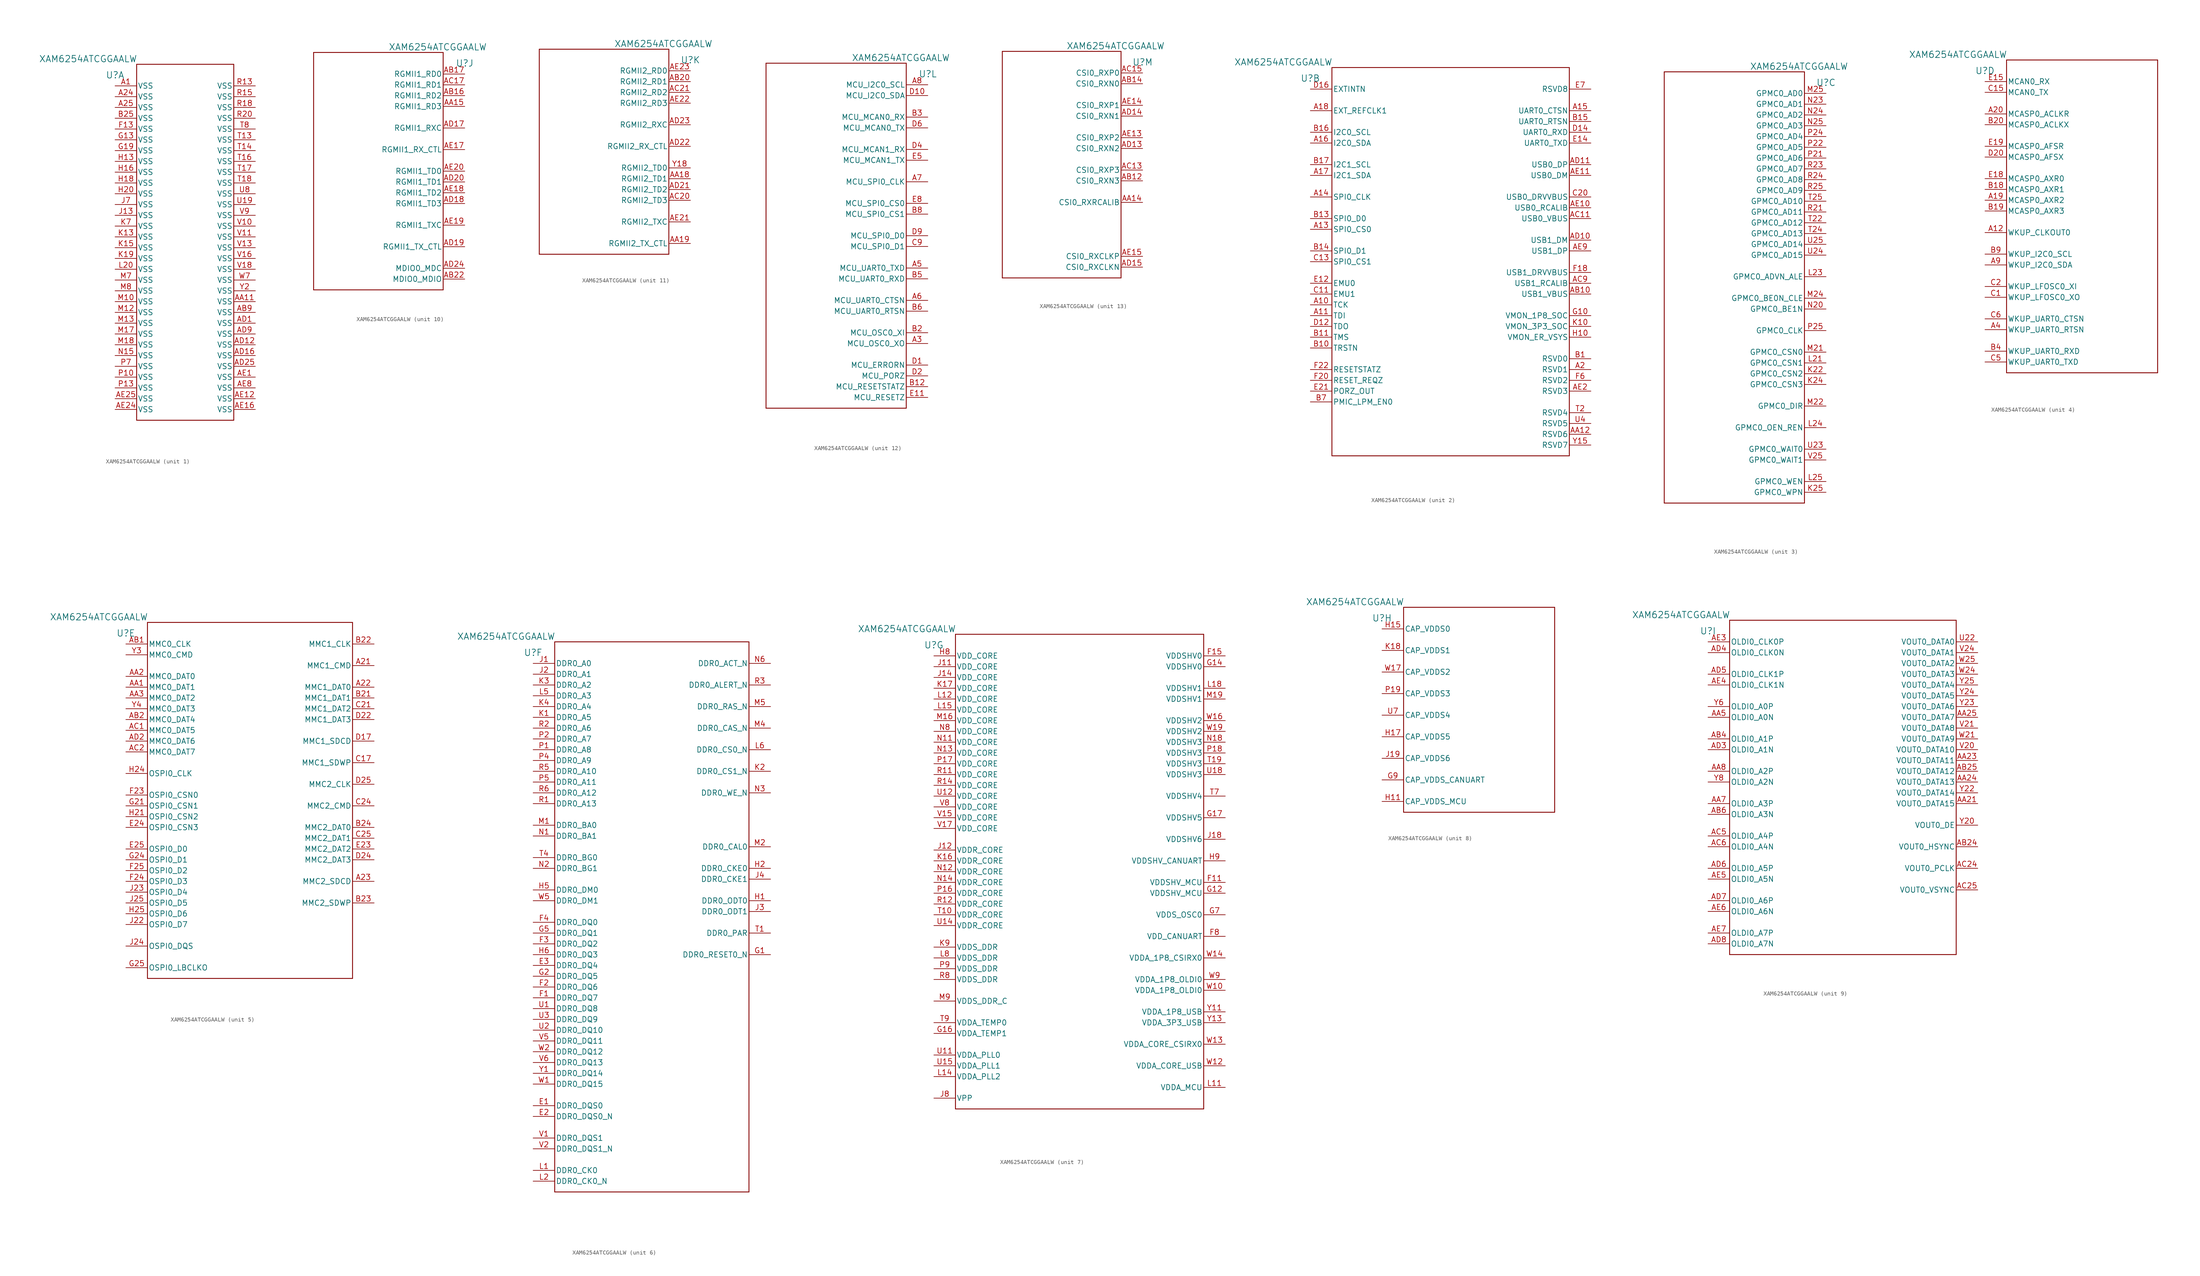
<source format=kicad_sym>
(kicad_symbol_lib
  (version 20220914)
  (generator kicad_symbol_editor)
  (symbol "XAM6254ATCGGAALW"
    (pin_names
      (offset 0.254))
    (property "Reference" "U"
      (at 0 2.54 0)
      (effects (font (size 1.524 1.524))))
    (property "Value" "XAM6254ATCGGAALW"
      (at -6.35 6.35 0)
      (effects (font (size 1.524 1.524))))
    (property "ki_locked" ""
      (at 0 0 0)
      (effects (font (size 1.27 1.27))))
    (symbol "XAM6254ATCGGAALW_1_1"
      (polyline (pts (xy 5.08 -78.74) (xy 27.94 -78.74)) (stroke (width 0.203) (type default)) (fill (type none)))
      (polyline (pts (xy 5.08 5.08) (xy 5.08 -78.74)) (stroke (width 0.203) (type default)) (fill (type none)))
      (polyline (pts (xy 27.94 -78.74) (xy 27.94 5.08)) (stroke (width 0.203) (type default)) (fill (type none)))
      (polyline (pts (xy 27.94 5.08) (xy 5.08 5.08)) (stroke (width 0.203) (type default)) (fill (type none)))
      (pin power_in line (at 0 0 0) (length 5.08) (name "VSS" (effects (font (size 1.27 1.27)))) (number "A1" (effects (font (size 1.27 1.27)))))
      (pin power_in line (at 0 -2.54 0) (length 5.08) (name "VSS" (effects (font (size 1.27 1.27)))) (number "A24" (effects (font (size 1.27 1.27)))))
      (pin power_in line (at 0 -5.08 0) (length 5.08) (name "VSS" (effects (font (size 1.27 1.27)))) (number "A25" (effects (font (size 1.27 1.27)))))
      (pin power_in line (at 33.02 -50.8 180) (length 5.08) (name "VSS" (effects (font (size 1.27 1.27)))) (number "AA11" (effects (font (size 1.27 1.27)))))
      (pin power_in line (at 33.02 -53.34 180) (length 5.08) (name "VSS" (effects (font (size 1.27 1.27)))) (number "AB9" (effects (font (size 1.27 1.27)))))
      (pin power_in line (at 33.02 -55.88 180) (length 5.08) (name "VSS" (effects (font (size 1.27 1.27)))) (number "AD1" (effects (font (size 1.27 1.27)))))
      (pin power_in line (at 33.02 -60.96 180) (length 5.08) (name "VSS" (effects (font (size 1.27 1.27)))) (number "AD12" (effects (font (size 1.27 1.27)))))
      (pin power_in line (at 33.02 -63.5 180) (length 5.08) (name "VSS" (effects (font (size 1.27 1.27)))) (number "AD16" (effects (font (size 1.27 1.27)))))
      (pin power_in line (at 33.02 -66.04 180) (length 5.08) (name "VSS" (effects (font (size 1.27 1.27)))) (number "AD25" (effects (font (size 1.27 1.27)))))
      (pin power_in line (at 33.02 -58.42 180) (length 5.08) (name "VSS" (effects (font (size 1.27 1.27)))) (number "AD9" (effects (font (size 1.27 1.27)))))
      (pin power_in line (at 33.02 -68.58 180) (length 5.08) (name "VSS" (effects (font (size 1.27 1.27)))) (number "AE1" (effects (font (size 1.27 1.27)))))
      (pin power_in line (at 33.02 -73.66 180) (length 5.08) (name "VSS" (effects (font (size 1.27 1.27)))) (number "AE12" (effects (font (size 1.27 1.27)))))
      (pin power_in line (at 33.02 -76.2 180) (length 5.08) (name "VSS" (effects (font (size 1.27 1.27)))) (number "AE16" (effects (font (size 1.27 1.27)))))
      (pin power_in line (at 0 -76.2 0) (length 5.08) (name "VSS" (effects (font (size 1.27 1.27)))) (number "AE24" (effects (font (size 1.27 1.27)))))
      (pin power_in line (at 0 -73.66 0) (length 5.08) (name "VSS" (effects (font (size 1.27 1.27)))) (number "AE25" (effects (font (size 1.27 1.27)))))
      (pin power_in line (at 33.02 -71.12 180) (length 5.08) (name "VSS" (effects (font (size 1.27 1.27)))) (number "AE8" (effects (font (size 1.27 1.27)))))
      (pin power_in line (at 0 -7.62 0) (length 5.08) (name "VSS" (effects (font (size 1.27 1.27)))) (number "B25" (effects (font (size 1.27 1.27)))))
      (pin power_in line (at 0 -10.16 0) (length 5.08) (name "VSS" (effects (font (size 1.27 1.27)))) (number "F13" (effects (font (size 1.27 1.27)))))
      (pin power_in line (at 0 -12.7 0) (length 5.08) (name "VSS" (effects (font (size 1.27 1.27)))) (number "G13" (effects (font (size 1.27 1.27)))))
      (pin power_in line (at 0 -15.24 0) (length 5.08) (name "VSS" (effects (font (size 1.27 1.27)))) (number "G19" (effects (font (size 1.27 1.27)))))
      (pin power_in line (at 0 -17.78 0) (length 5.08) (name "VSS" (effects (font (size 1.27 1.27)))) (number "H13" (effects (font (size 1.27 1.27)))))
      (pin power_in line (at 0 -20.32 0) (length 5.08) (name "VSS" (effects (font (size 1.27 1.27)))) (number "H16" (effects (font (size 1.27 1.27)))))
      (pin power_in line (at 0 -22.86 0) (length 5.08) (name "VSS" (effects (font (size 1.27 1.27)))) (number "H18" (effects (font (size 1.27 1.27)))))
      (pin power_in line (at 0 -25.4 0) (length 5.08) (name "VSS" (effects (font (size 1.27 1.27)))) (number "H20" (effects (font (size 1.27 1.27)))))
      (pin power_in line (at 0 -30.48 0) (length 5.08) (name "VSS" (effects (font (size 1.27 1.27)))) (number "J13" (effects (font (size 1.27 1.27)))))
      (pin power_in line (at 0 -27.94 0) (length 5.08) (name "VSS" (effects (font (size 1.27 1.27)))) (number "J7" (effects (font (size 1.27 1.27)))))
      (pin power_in line (at 0 -35.56 0) (length 5.08) (name "VSS" (effects (font (size 1.27 1.27)))) (number "K13" (effects (font (size 1.27 1.27)))))
      (pin power_in line (at 0 -38.1 0) (length 5.08) (name "VSS" (effects (font (size 1.27 1.27)))) (number "K15" (effects (font (size 1.27 1.27)))))
      (pin power_in line (at 0 -40.64 0) (length 5.08) (name "VSS" (effects (font (size 1.27 1.27)))) (number "K19" (effects (font (size 1.27 1.27)))))
      (pin power_in line (at 0 -33.02 0) (length 5.08) (name "VSS" (effects (font (size 1.27 1.27)))) (number "K7" (effects (font (size 1.27 1.27)))))
      (pin power_in line (at 0 -43.18 0) (length 5.08) (name "VSS" (effects (font (size 1.27 1.27)))) (number "L20" (effects (font (size 1.27 1.27)))))
      (pin power_in line (at 0 -50.8 0) (length 5.08) (name "VSS" (effects (font (size 1.27 1.27)))) (number "M10" (effects (font (size 1.27 1.27)))))
      (pin power_in line (at 0 -53.34 0) (length 5.08) (name "VSS" (effects (font (size 1.27 1.27)))) (number "M12" (effects (font (size 1.27 1.27)))))
      (pin power_in line (at 0 -55.88 0) (length 5.08) (name "VSS" (effects (font (size 1.27 1.27)))) (number "M13" (effects (font (size 1.27 1.27)))))
      (pin power_in line (at 0 -58.42 0) (length 5.08) (name "VSS" (effects (font (size 1.27 1.27)))) (number "M17" (effects (font (size 1.27 1.27)))))
      (pin power_in line (at 0 -60.96 0) (length 5.08) (name "VSS" (effects (font (size 1.27 1.27)))) (number "M18" (effects (font (size 1.27 1.27)))))
      (pin power_in line (at 0 -45.72 0) (length 5.08) (name "VSS" (effects (font (size 1.27 1.27)))) (number "M7" (effects (font (size 1.27 1.27)))))
      (pin power_in line (at 0 -48.26 0) (length 5.08) (name "VSS" (effects (font (size 1.27 1.27)))) (number "M8" (effects (font (size 1.27 1.27)))))
      (pin power_in line (at 0 -63.5 0) (length 5.08) (name "VSS" (effects (font (size 1.27 1.27)))) (number "N15" (effects (font (size 1.27 1.27)))))
      (pin power_in line (at 0 -68.58 0) (length 5.08) (name "VSS" (effects (font (size 1.27 1.27)))) (number "P10" (effects (font (size 1.27 1.27)))))
      (pin power_in line (at 0 -71.12 0) (length 5.08) (name "VSS" (effects (font (size 1.27 1.27)))) (number "P13" (effects (font (size 1.27 1.27)))))
      (pin power_in line (at 0 -66.04 0) (length 5.08) (name "VSS" (effects (font (size 1.27 1.27)))) (number "P7" (effects (font (size 1.27 1.27)))))
      (pin power_in line (at 33.02 0 180) (length 5.08) (name "VSS" (effects (font (size 1.27 1.27)))) (number "R13" (effects (font (size 1.27 1.27)))))
      (pin power_in line (at 33.02 -2.54 180) (length 5.08) (name "VSS" (effects (font (size 1.27 1.27)))) (number "R15" (effects (font (size 1.27 1.27)))))
      (pin power_in line (at 33.02 -5.08 180) (length 5.08) (name "VSS" (effects (font (size 1.27 1.27)))) (number "R18" (effects (font (size 1.27 1.27)))))
      (pin power_in line (at 33.02 -7.62 180) (length 5.08) (name "VSS" (effects (font (size 1.27 1.27)))) (number "R20" (effects (font (size 1.27 1.27)))))
      (pin power_in line (at 33.02 -12.7 180) (length 5.08) (name "VSS" (effects (font (size 1.27 1.27)))) (number "T13" (effects (font (size 1.27 1.27)))))
      (pin power_in line (at 33.02 -15.24 180) (length 5.08) (name "VSS" (effects (font (size 1.27 1.27)))) (number "T14" (effects (font (size 1.27 1.27)))))
      (pin power_in line (at 33.02 -17.78 180) (length 5.08) (name "VSS" (effects (font (size 1.27 1.27)))) (number "T16" (effects (font (size 1.27 1.27)))))
      (pin power_in line (at 33.02 -20.32 180) (length 5.08) (name "VSS" (effects (font (size 1.27 1.27)))) (number "T17" (effects (font (size 1.27 1.27)))))
      (pin power_in line (at 33.02 -22.86 180) (length 5.08) (name "VSS" (effects (font (size 1.27 1.27)))) (number "T18" (effects (font (size 1.27 1.27)))))
      (pin power_in line (at 33.02 -10.16 180) (length 5.08) (name "VSS" (effects (font (size 1.27 1.27)))) (number "T8" (effects (font (size 1.27 1.27)))))
      (pin power_in line (at 33.02 -27.94 180) (length 5.08) (name "VSS" (effects (font (size 1.27 1.27)))) (number "U19" (effects (font (size 1.27 1.27)))))
      (pin power_in line (at 33.02 -25.4 180) (length 5.08) (name "VSS" (effects (font (size 1.27 1.27)))) (number "U8" (effects (font (size 1.27 1.27)))))
      (pin power_in line (at 33.02 -33.02 180) (length 5.08) (name "VSS" (effects (font (size 1.27 1.27)))) (number "V10" (effects (font (size 1.27 1.27)))))
      (pin power_in line (at 33.02 -35.56 180) (length 5.08) (name "VSS" (effects (font (size 1.27 1.27)))) (number "V11" (effects (font (size 1.27 1.27)))))
      (pin power_in line (at 33.02 -38.1 180) (length 5.08) (name "VSS" (effects (font (size 1.27 1.27)))) (number "V13" (effects (font (size 1.27 1.27)))))
      (pin power_in line (at 33.02 -40.64 180) (length 5.08) (name "VSS" (effects (font (size 1.27 1.27)))) (number "V16" (effects (font (size 1.27 1.27)))))
      (pin power_in line (at 33.02 -43.18 180) (length 5.08) (name "VSS" (effects (font (size 1.27 1.27)))) (number "V18" (effects (font (size 1.27 1.27)))))
      (pin power_in line (at 33.02 -30.48 180) (length 5.08) (name "VSS" (effects (font (size 1.27 1.27)))) (number "V9" (effects (font (size 1.27 1.27)))))
      (pin power_in line (at 33.02 -45.72 180) (length 5.08) (name "VSS" (effects (font (size 1.27 1.27)))) (number "W7" (effects (font (size 1.27 1.27)))))
      (pin power_in line (at 33.02 -48.26 180) (length 5.08) (name "VSS" (effects (font (size 1.27 1.27)))) (number "Y2" (effects (font (size 1.27 1.27))))))
    (symbol "XAM6254ATCGGAALW_2_1"
      (polyline (pts (xy 5.08 -86.36) (xy 60.96 -86.36)) (stroke (width 0.203) (type default)) (fill (type none)))
      (polyline (pts (xy 5.08 5.08) (xy 5.08 -86.36)) (stroke (width 0.203) (type default)) (fill (type none)))
      (polyline (pts (xy 60.96 -86.36) (xy 60.96 5.08)) (stroke (width 0.203) (type default)) (fill (type none)))
      (polyline (pts (xy 60.96 5.08) (xy 5.08 5.08)) (stroke (width 0.203) (type default)) (fill (type none)))
      (pin input line (at 0 -50.8 0) (length 5.08) (name "TCK" (effects (font (size 1.27 1.27)))) (number "A10" (effects (font (size 1.27 1.27)))))
      (pin input line (at 0 -53.34 0) (length 5.08) (name "TDI" (effects (font (size 1.27 1.27)))) (number "A11" (effects (font (size 1.27 1.27)))))
      (pin bidirectional line (at 0 -33.02 0) (length 5.08) (name "SPI0_CS0" (effects (font (size 1.27 1.27)))) (number "A13" (effects (font (size 1.27 1.27)))))
      (pin bidirectional line (at 0 -25.4 0) (length 5.08) (name "SPI0_CLK" (effects (font (size 1.27 1.27)))) (number "A14" (effects (font (size 1.27 1.27)))))
      (pin input line (at 66.04 -5.08 180) (length 5.08) (name "UART0_CTSN" (effects (font (size 1.27 1.27)))) (number "A15" (effects (font (size 1.27 1.27)))))
      (pin bidirectional line (at 0 -12.7 0) (length 5.08) (name "I2C0_SDA" (effects (font (size 1.27 1.27)))) (number "A16" (effects (font (size 1.27 1.27)))))
      (pin bidirectional line (at 0 -20.32 0) (length 5.08) (name "I2C1_SDA" (effects (font (size 1.27 1.27)))) (number "A17" (effects (font (size 1.27 1.27)))))
      (pin input line (at 0 -5.08 0) (length 5.08) (name "EXT_REFCLK1" (effects (font (size 1.27 1.27)))) (number "A18" (effects (font (size 1.27 1.27)))))
      (pin unspecified line (at 66.04 -66.04 180) (length 5.08) (name "RSVD1" (effects (font (size 1.27 1.27)))) (number "A2" (effects (font (size 1.27 1.27)))))
      (pin unspecified line (at 66.04 -81.28 180) (length 5.08) (name "RSVD6" (effects (font (size 1.27 1.27)))) (number "AA12" (effects (font (size 1.27 1.27)))))
      (pin unspecified line (at 66.04 -48.26 180) (length 5.08) (name "USB1_VBUS" (effects (font (size 1.27 1.27)))) (number "AB10" (effects (font (size 1.27 1.27)))))
      (pin unspecified line (at 66.04 -30.48 180) (length 5.08) (name "USB0_VBUS" (effects (font (size 1.27 1.27)))) (number "AC11" (effects (font (size 1.27 1.27)))))
      (pin bidirectional line (at 66.04 -45.72 180) (length 5.08) (name "USB1_RCALIB" (effects (font (size 1.27 1.27)))) (number "AC9" (effects (font (size 1.27 1.27)))))
      (pin bidirectional line (at 66.04 -35.56 180) (length 5.08) (name "USB1_DM" (effects (font (size 1.27 1.27)))) (number "AD10" (effects (font (size 1.27 1.27)))))
      (pin bidirectional line (at 66.04 -17.78 180) (length 5.08) (name "USB0_DP" (effects (font (size 1.27 1.27)))) (number "AD11" (effects (font (size 1.27 1.27)))))
      (pin bidirectional line (at 66.04 -27.94 180) (length 5.08) (name "USB0_RCALIB" (effects (font (size 1.27 1.27)))) (number "AE10" (effects (font (size 1.27 1.27)))))
      (pin bidirectional line (at 66.04 -20.32 180) (length 5.08) (name "USB0_DM" (effects (font (size 1.27 1.27)))) (number "AE11" (effects (font (size 1.27 1.27)))))
      (pin unspecified line (at 66.04 -71.12 180) (length 5.08) (name "RSVD3" (effects (font (size 1.27 1.27)))) (number "AE2" (effects (font (size 1.27 1.27)))))
      (pin bidirectional line (at 66.04 -38.1 180) (length 5.08) (name "USB1_DP" (effects (font (size 1.27 1.27)))) (number "AE9" (effects (font (size 1.27 1.27)))))
      (pin unspecified line (at 66.04 -63.5 180) (length 5.08) (name "RSVD0" (effects (font (size 1.27 1.27)))) (number "B1" (effects (font (size 1.27 1.27)))))
      (pin input line (at 0 -60.96 0) (length 5.08) (name "TRSTN" (effects (font (size 1.27 1.27)))) (number "B10" (effects (font (size 1.27 1.27)))))
      (pin input line (at 0 -58.42 0) (length 5.08) (name "TMS" (effects (font (size 1.27 1.27)))) (number "B11" (effects (font (size 1.27 1.27)))))
      (pin bidirectional line (at 0 -30.48 0) (length 5.08) (name "SPI0_D0" (effects (font (size 1.27 1.27)))) (number "B13" (effects (font (size 1.27 1.27)))))
      (pin bidirectional line (at 0 -38.1 0) (length 5.08) (name "SPI0_D1" (effects (font (size 1.27 1.27)))) (number "B14" (effects (font (size 1.27 1.27)))))
      (pin output line (at 66.04 -7.62 180) (length 5.08) (name "UART0_RTSN" (effects (font (size 1.27 1.27)))) (number "B15" (effects (font (size 1.27 1.27)))))
      (pin bidirectional line (at 0 -10.16 0) (length 5.08) (name "I2C0_SCL" (effects (font (size 1.27 1.27)))) (number "B16" (effects (font (size 1.27 1.27)))))
      (pin bidirectional line (at 0 -17.78 0) (length 5.08) (name "I2C1_SCL" (effects (font (size 1.27 1.27)))) (number "B17" (effects (font (size 1.27 1.27)))))
      (pin bidirectional line (at 0 -73.66 0) (length 5.08) (name "PMIC_LPM_EN0" (effects (font (size 1.27 1.27)))) (number "B7" (effects (font (size 1.27 1.27)))))
      (pin bidirectional line (at 0 -48.26 0) (length 5.08) (name "EMU1" (effects (font (size 1.27 1.27)))) (number "C11" (effects (font (size 1.27 1.27)))))
      (pin bidirectional line (at 0 -40.64 0) (length 5.08) (name "SPI0_CS1" (effects (font (size 1.27 1.27)))) (number "C13" (effects (font (size 1.27 1.27)))))
      (pin output line (at 66.04 -25.4 180) (length 5.08) (name "USB0_DRVVBUS" (effects (font (size 1.27 1.27)))) (number "C20" (effects (font (size 1.27 1.27)))))
      (pin output line (at 0 -55.88 0) (length 5.08) (name "TDO" (effects (font (size 1.27 1.27)))) (number "D12" (effects (font (size 1.27 1.27)))))
      (pin input line (at 66.04 -10.16 180) (length 5.08) (name "UART0_RXD" (effects (font (size 1.27 1.27)))) (number "D14" (effects (font (size 1.27 1.27)))))
      (pin input line (at 0 0 0) (length 5.08) (name "EXTINTN" (effects (font (size 1.27 1.27)))) (number "D16" (effects (font (size 1.27 1.27)))))
      (pin bidirectional line (at 0 -45.72 0) (length 5.08) (name "EMU0" (effects (font (size 1.27 1.27)))) (number "E12" (effects (font (size 1.27 1.27)))))
      (pin output line (at 66.04 -12.7 180) (length 5.08) (name "UART0_TXD" (effects (font (size 1.27 1.27)))) (number "E14" (effects (font (size 1.27 1.27)))))
      (pin output line (at 0 -71.12 0) (length 5.08) (name "PORZ_OUT" (effects (font (size 1.27 1.27)))) (number "E21" (effects (font (size 1.27 1.27)))))
      (pin unspecified line (at 66.04 0 180) (length 5.08) (name "RSVD8" (effects (font (size 1.27 1.27)))) (number "E7" (effects (font (size 1.27 1.27)))))
      (pin output line (at 66.04 -43.18 180) (length 5.08) (name "USB1_DRVVBUS" (effects (font (size 1.27 1.27)))) (number "F18" (effects (font (size 1.27 1.27)))))
      (pin input line (at 0 -68.58 0) (length 5.08) (name "RESET_REQZ" (effects (font (size 1.27 1.27)))) (number "F20" (effects (font (size 1.27 1.27)))))
      (pin output line (at 0 -66.04 0) (length 5.08) (name "RESETSTATZ" (effects (font (size 1.27 1.27)))) (number "F22" (effects (font (size 1.27 1.27)))))
      (pin unspecified line (at 66.04 -68.58 180) (length 5.08) (name "RSVD2" (effects (font (size 1.27 1.27)))) (number "F6" (effects (font (size 1.27 1.27)))))
      (pin unspecified line (at 66.04 -53.34 180) (length 5.08) (name "VMON_1P8_SOC" (effects (font (size 1.27 1.27)))) (number "G10" (effects (font (size 1.27 1.27)))))
      (pin unspecified line (at 66.04 -58.42 180) (length 5.08) (name "VMON_ER_VSYS" (effects (font (size 1.27 1.27)))) (number "H10" (effects (font (size 1.27 1.27)))))
      (pin power_in line (at 66.04 -55.88 180) (length 5.08) (name "VMON_3P3_SOC" (effects (font (size 1.27 1.27)))) (number "K10" (effects (font (size 1.27 1.27)))))
      (pin unspecified line (at 66.04 -76.2 180) (length 5.08) (name "RSVD4" (effects (font (size 1.27 1.27)))) (number "T2" (effects (font (size 1.27 1.27)))))
      (pin unspecified line (at 66.04 -78.74 180) (length 5.08) (name "RSVD5" (effects (font (size 1.27 1.27)))) (number "U4" (effects (font (size 1.27 1.27)))))
      (pin unspecified line (at 66.04 -83.82 180) (length 5.08) (name "RSVD7" (effects (font (size 1.27 1.27)))) (number "Y15" (effects (font (size 1.27 1.27))))))
    (symbol "XAM6254ATCGGAALW_3_1"
      (polyline (pts (xy -38.1 -96.52) (xy -5.08 -96.52)) (stroke (width 0.203) (type default)) (fill (type none)))
      (polyline (pts (xy -38.1 5.08) (xy -38.1 -96.52)) (stroke (width 0.203) (type default)) (fill (type none)))
      (polyline (pts (xy -5.08 -96.52) (xy -5.08 5.08)) (stroke (width 0.203) (type default)) (fill (type none)))
      (polyline (pts (xy -5.08 5.08) (xy -38.1 5.08)) (stroke (width 0.203) (type default)) (fill (type none)))
      (pin output line (at 0 -66.04 180) (length 5.08) (name "GPMC0_CSN2" (effects (font (size 1.27 1.27)))) (number "K22" (effects (font (size 1.27 1.27)))))
      (pin output line (at 0 -68.58 180) (length 5.08) (name "GPMC0_CSN3" (effects (font (size 1.27 1.27)))) (number "K24" (effects (font (size 1.27 1.27)))))
      (pin output line (at 0 -93.98 180) (length 5.08) (name "GPMC0_WPN" (effects (font (size 1.27 1.27)))) (number "K25" (effects (font (size 1.27 1.27)))))
      (pin output line (at 0 -63.5 180) (length 5.08) (name "GPMC0_CSN1" (effects (font (size 1.27 1.27)))) (number "L21" (effects (font (size 1.27 1.27)))))
      (pin output line (at 0 -43.18 180) (length 5.08) (name "GPMC0_ADVN_ALE" (effects (font (size 1.27 1.27)))) (number "L23" (effects (font (size 1.27 1.27)))))
      (pin output line (at 0 -78.74 180) (length 5.08) (name "GPMC0_OEN_REN" (effects (font (size 1.27 1.27)))) (number "L24" (effects (font (size 1.27 1.27)))))
      (pin output line (at 0 -91.44 180) (length 5.08) (name "GPMC0_WEN" (effects (font (size 1.27 1.27)))) (number "L25" (effects (font (size 1.27 1.27)))))
      (pin output line (at 0 -60.96 180) (length 5.08) (name "GPMC0_CSN0" (effects (font (size 1.27 1.27)))) (number "M21" (effects (font (size 1.27 1.27)))))
      (pin output line (at 0 -73.66 180) (length 5.08) (name "GPMC0_DIR" (effects (font (size 1.27 1.27)))) (number "M22" (effects (font (size 1.27 1.27)))))
      (pin output line (at 0 -48.26 180) (length 5.08) (name "GPMC0_BE0N_CLE" (effects (font (size 1.27 1.27)))) (number "M24" (effects (font (size 1.27 1.27)))))
      (pin bidirectional line (at 0 0 180) (length 5.08) (name "GPMC0_AD0" (effects (font (size 1.27 1.27)))) (number "M25" (effects (font (size 1.27 1.27)))))
      (pin output line (at 0 -50.8 180) (length 5.08) (name "GPMC0_BE1N" (effects (font (size 1.27 1.27)))) (number "N20" (effects (font (size 1.27 1.27)))))
      (pin bidirectional line (at 0 -2.54 180) (length 5.08) (name "GPMC0_AD1" (effects (font (size 1.27 1.27)))) (number "N23" (effects (font (size 1.27 1.27)))))
      (pin bidirectional line (at 0 -5.08 180) (length 5.08) (name "GPMC0_AD2" (effects (font (size 1.27 1.27)))) (number "N24" (effects (font (size 1.27 1.27)))))
      (pin bidirectional line (at 0 -7.62 180) (length 5.08) (name "GPMC0_AD3" (effects (font (size 1.27 1.27)))) (number "N25" (effects (font (size 1.27 1.27)))))
      (pin bidirectional line (at 0 -15.24 180) (length 5.08) (name "GPMC0_AD6" (effects (font (size 1.27 1.27)))) (number "P21" (effects (font (size 1.27 1.27)))))
      (pin bidirectional line (at 0 -12.7 180) (length 5.08) (name "GPMC0_AD5" (effects (font (size 1.27 1.27)))) (number "P22" (effects (font (size 1.27 1.27)))))
      (pin bidirectional line (at 0 -10.16 180) (length 5.08) (name "GPMC0_AD4" (effects (font (size 1.27 1.27)))) (number "P24" (effects (font (size 1.27 1.27)))))
      (pin output line (at 0 -55.88 180) (length 5.08) (name "GPMC0_CLK" (effects (font (size 1.27 1.27)))) (number "P25" (effects (font (size 1.27 1.27)))))
      (pin bidirectional line (at 0 -27.94 180) (length 5.08) (name "GPMC0_AD11" (effects (font (size 1.27 1.27)))) (number "R21" (effects (font (size 1.27 1.27)))))
      (pin bidirectional line (at 0 -17.78 180) (length 5.08) (name "GPMC0_AD7" (effects (font (size 1.27 1.27)))) (number "R23" (effects (font (size 1.27 1.27)))))
      (pin bidirectional line (at 0 -20.32 180) (length 5.08) (name "GPMC0_AD8" (effects (font (size 1.27 1.27)))) (number "R24" (effects (font (size 1.27 1.27)))))
      (pin bidirectional line (at 0 -22.86 180) (length 5.08) (name "GPMC0_AD9" (effects (font (size 1.27 1.27)))) (number "R25" (effects (font (size 1.27 1.27)))))
      (pin bidirectional line (at 0 -30.48 180) (length 5.08) (name "GPMC0_AD12" (effects (font (size 1.27 1.27)))) (number "T22" (effects (font (size 1.27 1.27)))))
      (pin bidirectional line (at 0 -33.02 180) (length 5.08) (name "GPMC0_AD13" (effects (font (size 1.27 1.27)))) (number "T24" (effects (font (size 1.27 1.27)))))
      (pin bidirectional line (at 0 -25.4 180) (length 5.08) (name "GPMC0_AD10" (effects (font (size 1.27 1.27)))) (number "T25" (effects (font (size 1.27 1.27)))))
      (pin input line (at 0 -83.82 180) (length 5.08) (name "GPMC0_WAIT0" (effects (font (size 1.27 1.27)))) (number "U23" (effects (font (size 1.27 1.27)))))
      (pin bidirectional line (at 0 -38.1 180) (length 5.08) (name "GPMC0_AD15" (effects (font (size 1.27 1.27)))) (number "U24" (effects (font (size 1.27 1.27)))))
      (pin bidirectional line (at 0 -35.56 180) (length 5.08) (name "GPMC0_AD14" (effects (font (size 1.27 1.27)))) (number "U25" (effects (font (size 1.27 1.27)))))
      (pin input line (at 0 -86.36 180) (length 5.08) (name "GPMC0_WAIT1" (effects (font (size 1.27 1.27)))) (number "V25" (effects (font (size 1.27 1.27))))))
    (symbol "XAM6254ATCGGAALW_4_1"
      (polyline (pts (xy 5.08 -68.58) (xy 40.64 -68.58)) (stroke (width 0.203) (type default)) (fill (type none)))
      (polyline (pts (xy 5.08 5.08) (xy 5.08 -68.58)) (stroke (width 0.203) (type default)) (fill (type none)))
      (polyline (pts (xy 40.64 -68.58) (xy 40.64 5.08)) (stroke (width 0.203) (type default)) (fill (type none)))
      (polyline (pts (xy 40.64 5.08) (xy 5.08 5.08)) (stroke (width 0.203) (type default)) (fill (type none)))
      (pin output line (at 0 -35.56 0) (length 5.08) (name "WKUP_CLKOUT0" (effects (font (size 1.27 1.27)))) (number "A12" (effects (font (size 1.27 1.27)))))
      (pin bidirectional line (at 0 -27.94 0) (length 5.08) (name "MCASP0_AXR2" (effects (font (size 1.27 1.27)))) (number "A19" (effects (font (size 1.27 1.27)))))
      (pin bidirectional line (at 0 -7.62 0) (length 5.08) (name "MCASP0_ACLKR" (effects (font (size 1.27 1.27)))) (number "A20" (effects (font (size 1.27 1.27)))))
      (pin output line (at 0 -58.42 0) (length 5.08) (name "WKUP_UART0_RTSN" (effects (font (size 1.27 1.27)))) (number "A4" (effects (font (size 1.27 1.27)))))
      (pin bidirectional line (at 0 -43.18 0) (length 5.08) (name "WKUP_I2C0_SDA" (effects (font (size 1.27 1.27)))) (number "A9" (effects (font (size 1.27 1.27)))))
      (pin bidirectional line (at 0 -25.4 0) (length 5.08) (name "MCASP0_AXR1" (effects (font (size 1.27 1.27)))) (number "B18" (effects (font (size 1.27 1.27)))))
      (pin bidirectional line (at 0 -30.48 0) (length 5.08) (name "MCASP0_AXR3" (effects (font (size 1.27 1.27)))) (number "B19" (effects (font (size 1.27 1.27)))))
      (pin bidirectional line (at 0 -10.16 0) (length 5.08) (name "MCASP0_ACLKX" (effects (font (size 1.27 1.27)))) (number "B20" (effects (font (size 1.27 1.27)))))
      (pin input line (at 0 -63.5 0) (length 5.08) (name "WKUP_UART0_RXD" (effects (font (size 1.27 1.27)))) (number "B4" (effects (font (size 1.27 1.27)))))
      (pin bidirectional line (at 0 -40.64 0) (length 5.08) (name "WKUP_I2C0_SCL" (effects (font (size 1.27 1.27)))) (number "B9" (effects (font (size 1.27 1.27)))))
      (pin output line (at 0 -50.8 0) (length 5.08) (name "WKUP_LFOSC0_XO" (effects (font (size 1.27 1.27)))) (number "C1" (effects (font (size 1.27 1.27)))))
      (pin output line (at 0 -2.54 0) (length 5.08) (name "MCAN0_TX" (effects (font (size 1.27 1.27)))) (number "C15" (effects (font (size 1.27 1.27)))))
      (pin input line (at 0 -48.26 0) (length 5.08) (name "WKUP_LFOSC0_XI" (effects (font (size 1.27 1.27)))) (number "C2" (effects (font (size 1.27 1.27)))))
      (pin output line (at 0 -66.04 0) (length 5.08) (name "WKUP_UART0_TXD" (effects (font (size 1.27 1.27)))) (number "C5" (effects (font (size 1.27 1.27)))))
      (pin input line (at 0 -55.88 0) (length 5.08) (name "WKUP_UART0_CTSN" (effects (font (size 1.27 1.27)))) (number "C6" (effects (font (size 1.27 1.27)))))
      (pin bidirectional line (at 0 -17.78 0) (length 5.08) (name "MCASP0_AFSX" (effects (font (size 1.27 1.27)))) (number "D20" (effects (font (size 1.27 1.27)))))
      (pin input line (at 0 0 0) (length 5.08) (name "MCAN0_RX" (effects (font (size 1.27 1.27)))) (number "E15" (effects (font (size 1.27 1.27)))))
      (pin bidirectional line (at 0 -22.86 0) (length 5.08) (name "MCASP0_AXR0" (effects (font (size 1.27 1.27)))) (number "E18" (effects (font (size 1.27 1.27)))))
      (pin bidirectional line (at 0 -15.24 0) (length 5.08) (name "MCASP0_AFSR" (effects (font (size 1.27 1.27)))) (number "E19" (effects (font (size 1.27 1.27))))))
    (symbol "XAM6254ATCGGAALW_5_1"
      (polyline (pts (xy 5.08 -78.74) (xy 53.34 -78.74)) (stroke (width 0.203) (type default)) (fill (type none)))
      (polyline (pts (xy 5.08 5.08) (xy 5.08 -78.74)) (stroke (width 0.203) (type default)) (fill (type none)))
      (polyline (pts (xy 53.34 -78.74) (xy 53.34 5.08)) (stroke (width 0.203) (type default)) (fill (type none)))
      (polyline (pts (xy 53.34 5.08) (xy 5.08 5.08)) (stroke (width 0.203) (type default)) (fill (type none)))
      (pin bidirectional line (at 58.42 -5.08 180) (length 5.08) (name "MMC1_CMD" (effects (font (size 1.27 1.27)))) (number "A21" (effects (font (size 1.27 1.27)))))
      (pin bidirectional line (at 58.42 -10.16 180) (length 5.08) (name "MMC1_DAT0" (effects (font (size 1.27 1.27)))) (number "A22" (effects (font (size 1.27 1.27)))))
      (pin input line (at 58.42 -55.88 180) (length 5.08) (name "MMC2_SDCD" (effects (font (size 1.27 1.27)))) (number "A23" (effects (font (size 1.27 1.27)))))
      (pin bidirectional line (at 0 -10.16 0) (length 5.08) (name "MMC0_DAT1" (effects (font (size 1.27 1.27)))) (number "AA1" (effects (font (size 1.27 1.27)))))
      (pin bidirectional line (at 0 -7.62 0) (length 5.08) (name "MMC0_DAT0" (effects (font (size 1.27 1.27)))) (number "AA2" (effects (font (size 1.27 1.27)))))
      (pin bidirectional line (at 0 -12.7 0) (length 5.08) (name "MMC0_DAT2" (effects (font (size 1.27 1.27)))) (number "AA3" (effects (font (size 1.27 1.27)))))
      (pin bidirectional line (at 0 0 0) (length 5.08) (name "MMC0_CLK" (effects (font (size 1.27 1.27)))) (number "AB1" (effects (font (size 1.27 1.27)))))
      (pin bidirectional line (at 0 -17.78 0) (length 5.08) (name "MMC0_DAT4" (effects (font (size 1.27 1.27)))) (number "AB2" (effects (font (size 1.27 1.27)))))
      (pin bidirectional line (at 0 -20.32 0) (length 5.08) (name "MMC0_DAT5" (effects (font (size 1.27 1.27)))) (number "AC1" (effects (font (size 1.27 1.27)))))
      (pin bidirectional line (at 0 -25.4 0) (length 5.08) (name "MMC0_DAT7" (effects (font (size 1.27 1.27)))) (number "AC2" (effects (font (size 1.27 1.27)))))
      (pin bidirectional line (at 0 -22.86 0) (length 5.08) (name "MMC0_DAT6" (effects (font (size 1.27 1.27)))) (number "AD2" (effects (font (size 1.27 1.27)))))
      (pin input line (at 58.42 -12.7 180) (length 5.08) (name "MMC1_DAT1" (effects (font (size 1.27 1.27)))) (number "B21" (effects (font (size 1.27 1.27)))))
      (pin bidirectional line (at 58.42 0 180) (length 5.08) (name "MMC1_CLK" (effects (font (size 1.27 1.27)))) (number "B22" (effects (font (size 1.27 1.27)))))
      (pin input line (at 58.42 -60.96 180) (length 5.08) (name "MMC2_SDWP" (effects (font (size 1.27 1.27)))) (number "B23" (effects (font (size 1.27 1.27)))))
      (pin bidirectional line (at 58.42 -43.18 180) (length 5.08) (name "MMC2_DAT0" (effects (font (size 1.27 1.27)))) (number "B24" (effects (font (size 1.27 1.27)))))
      (pin input line (at 58.42 -27.94 180) (length 5.08) (name "MMC1_SDWP" (effects (font (size 1.27 1.27)))) (number "C17" (effects (font (size 1.27 1.27)))))
      (pin bidirectional line (at 58.42 -15.24 180) (length 5.08) (name "MMC1_DAT2" (effects (font (size 1.27 1.27)))) (number "C21" (effects (font (size 1.27 1.27)))))
      (pin bidirectional line (at 58.42 -38.1 180) (length 5.08) (name "MMC2_CMD" (effects (font (size 1.27 1.27)))) (number "C24" (effects (font (size 1.27 1.27)))))
      (pin bidirectional line (at 58.42 -45.72 180) (length 5.08) (name "MMC2_DAT1" (effects (font (size 1.27 1.27)))) (number "C25" (effects (font (size 1.27 1.27)))))
      (pin input line (at 58.42 -22.86 180) (length 5.08) (name "MMC1_SDCD" (effects (font (size 1.27 1.27)))) (number "D17" (effects (font (size 1.27 1.27)))))
      (pin bidirectional line (at 58.42 -17.78 180) (length 5.08) (name "MMC1_DAT3" (effects (font (size 1.27 1.27)))) (number "D22" (effects (font (size 1.27 1.27)))))
      (pin bidirectional line (at 58.42 -50.8 180) (length 5.08) (name "MMC2_DAT3" (effects (font (size 1.27 1.27)))) (number "D24" (effects (font (size 1.27 1.27)))))
      (pin bidirectional line (at 58.42 -33.02 180) (length 5.08) (name "MMC2_CLK" (effects (font (size 1.27 1.27)))) (number "D25" (effects (font (size 1.27 1.27)))))
      (pin bidirectional line (at 58.42 -48.26 180) (length 5.08) (name "MMC2_DAT2" (effects (font (size 1.27 1.27)))) (number "E23" (effects (font (size 1.27 1.27)))))
      (pin output line (at 0 -43.18 0) (length 5.08) (name "OSPI0_CSN3" (effects (font (size 1.27 1.27)))) (number "E24" (effects (font (size 1.27 1.27)))))
      (pin bidirectional line (at 0 -48.26 0) (length 5.08) (name "OSPI0_D0" (effects (font (size 1.27 1.27)))) (number "E25" (effects (font (size 1.27 1.27)))))
      (pin output line (at 0 -35.56 0) (length 5.08) (name "OSPI0_CSN0" (effects (font (size 1.27 1.27)))) (number "F23" (effects (font (size 1.27 1.27)))))
      (pin bidirectional line (at 0 -55.88 0) (length 5.08) (name "OSPI0_D3" (effects (font (size 1.27 1.27)))) (number "F24" (effects (font (size 1.27 1.27)))))
      (pin bidirectional line (at 0 -53.34 0) (length 5.08) (name "OSPI0_D2" (effects (font (size 1.27 1.27)))) (number "F25" (effects (font (size 1.27 1.27)))))
      (pin output line (at 0 -38.1 0) (length 5.08) (name "OSPI0_CSN1" (effects (font (size 1.27 1.27)))) (number "G21" (effects (font (size 1.27 1.27)))))
      (pin bidirectional line (at 0 -50.8 0) (length 5.08) (name "OSPI0_D1" (effects (font (size 1.27 1.27)))) (number "G24" (effects (font (size 1.27 1.27)))))
      (pin bidirectional line (at 0 -76.2 0) (length 5.08) (name "OSPI0_LBCLKO" (effects (font (size 1.27 1.27)))) (number "G25" (effects (font (size 1.27 1.27)))))
      (pin output line (at 0 -40.64 0) (length 5.08) (name "OSPI0_CSN2" (effects (font (size 1.27 1.27)))) (number "H21" (effects (font (size 1.27 1.27)))))
      (pin output line (at 0 -30.48 0) (length 5.08) (name "OSPI0_CLK" (effects (font (size 1.27 1.27)))) (number "H24" (effects (font (size 1.27 1.27)))))
      (pin bidirectional line (at 0 -63.5 0) (length 5.08) (name "OSPI0_D6" (effects (font (size 1.27 1.27)))) (number "H25" (effects (font (size 1.27 1.27)))))
      (pin bidirectional line (at 0 -66.04 0) (length 5.08) (name "OSPI0_D7" (effects (font (size 1.27 1.27)))) (number "J22" (effects (font (size 1.27 1.27)))))
      (pin bidirectional line (at 0 -58.42 0) (length 5.08) (name "OSPI0_D4" (effects (font (size 1.27 1.27)))) (number "J23" (effects (font (size 1.27 1.27)))))
      (pin input line (at 0 -71.12 0) (length 5.08) (name "OSPI0_DQS" (effects (font (size 1.27 1.27)))) (number "J24" (effects (font (size 1.27 1.27)))))
      (pin bidirectional line (at 0 -60.96 0) (length 5.08) (name "OSPI0_D5" (effects (font (size 1.27 1.27)))) (number "J25" (effects (font (size 1.27 1.27)))))
      (pin bidirectional line (at 0 -2.54 0) (length 5.08) (name "MMC0_CMD" (effects (font (size 1.27 1.27)))) (number "Y3" (effects (font (size 1.27 1.27)))))
      (pin bidirectional line (at 0 -15.24 0) (length 5.08) (name "MMC0_DAT3" (effects (font (size 1.27 1.27)))) (number "Y4" (effects (font (size 1.27 1.27))))))
    (symbol "XAM6254ATCGGAALW_6_1"
      (polyline (pts (xy 5.08 -124.46) (xy 50.8 -124.46)) (stroke (width 0.203) (type default)) (fill (type none)))
      (polyline (pts (xy 5.08 5.08) (xy 5.08 -124.46)) (stroke (width 0.203) (type default)) (fill (type none)))
      (polyline (pts (xy 50.8 -124.46) (xy 50.8 5.08)) (stroke (width 0.203) (type default)) (fill (type none)))
      (polyline (pts (xy 50.8 5.08) (xy 5.08 5.08)) (stroke (width 0.203) (type default)) (fill (type none)))
      (pin bidirectional line (at 0 -104.14 0) (length 5.08) (name "DDR0_DQS0" (effects (font (size 1.27 1.27)))) (number "E1" (effects (font (size 1.27 1.27)))))
      (pin bidirectional line (at 0 -106.68 0) (length 5.08) (name "DDR0_DQS0_N" (effects (font (size 1.27 1.27)))) (number "E2" (effects (font (size 1.27 1.27)))))
      (pin bidirectional line (at 0 -71.12 0) (length 5.08) (name "DDR0_DQ4" (effects (font (size 1.27 1.27)))) (number "E3" (effects (font (size 1.27 1.27)))))
      (pin bidirectional line (at 0 -78.74 0) (length 5.08) (name "DDR0_DQ7" (effects (font (size 1.27 1.27)))) (number "F1" (effects (font (size 1.27 1.27)))))
      (pin bidirectional line (at 0 -76.2 0) (length 5.08) (name "DDR0_DQ6" (effects (font (size 1.27 1.27)))) (number "F2" (effects (font (size 1.27 1.27)))))
      (pin bidirectional line (at 0 -66.04 0) (length 5.08) (name "DDR0_DQ2" (effects (font (size 1.27 1.27)))) (number "F3" (effects (font (size 1.27 1.27)))))
      (pin bidirectional line (at 0 -60.96 0) (length 5.08) (name "DDR0_DQ0" (effects (font (size 1.27 1.27)))) (number "F4" (effects (font (size 1.27 1.27)))))
      (pin output line (at 55.88 -68.58 180) (length 5.08) (name "DDR0_RESET0_N" (effects (font (size 1.27 1.27)))) (number "G1" (effects (font (size 1.27 1.27)))))
      (pin bidirectional line (at 0 -73.66 0) (length 5.08) (name "DDR0_DQ5" (effects (font (size 1.27 1.27)))) (number "G2" (effects (font (size 1.27 1.27)))))
      (pin bidirectional line (at 0 -63.5 0) (length 5.08) (name "DDR0_DQ1" (effects (font (size 1.27 1.27)))) (number "G5" (effects (font (size 1.27 1.27)))))
      (pin output line (at 55.88 -55.88 180) (length 5.08) (name "DDR0_ODT0" (effects (font (size 1.27 1.27)))) (number "H1" (effects (font (size 1.27 1.27)))))
      (pin output line (at 55.88 -48.26 180) (length 5.08) (name "DDR0_CKE0" (effects (font (size 1.27 1.27)))) (number "H2" (effects (font (size 1.27 1.27)))))
      (pin bidirectional line (at 0 -53.34 0) (length 5.08) (name "DDR0_DM0" (effects (font (size 1.27 1.27)))) (number "H5" (effects (font (size 1.27 1.27)))))
      (pin bidirectional line (at 0 -68.58 0) (length 5.08) (name "DDR0_DQ3" (effects (font (size 1.27 1.27)))) (number "H6" (effects (font (size 1.27 1.27)))))
      (pin output line (at 0 0 0) (length 5.08) (name "DDR0_A0" (effects (font (size 1.27 1.27)))) (number "J1" (effects (font (size 1.27 1.27)))))
      (pin output line (at 0 -2.54 0) (length 5.08) (name "DDR0_A1" (effects (font (size 1.27 1.27)))) (number "J2" (effects (font (size 1.27 1.27)))))
      (pin output line (at 55.88 -58.42 180) (length 5.08) (name "DDR0_ODT1" (effects (font (size 1.27 1.27)))) (number "J3" (effects (font (size 1.27 1.27)))))
      (pin output line (at 55.88 -50.8 180) (length 5.08) (name "DDR0_CKE1" (effects (font (size 1.27 1.27)))) (number "J4" (effects (font (size 1.27 1.27)))))
      (pin output line (at 0 -12.7 0) (length 5.08) (name "DDR0_A5" (effects (font (size 1.27 1.27)))) (number "K1" (effects (font (size 1.27 1.27)))))
      (pin output line (at 55.88 -25.4 180) (length 5.08) (name "DDR0_CS1_N" (effects (font (size 1.27 1.27)))) (number "K2" (effects (font (size 1.27 1.27)))))
      (pin output line (at 0 -5.08 0) (length 5.08) (name "DDR0_A2" (effects (font (size 1.27 1.27)))) (number "K3" (effects (font (size 1.27 1.27)))))
      (pin output line (at 0 -10.16 0) (length 5.08) (name "DDR0_A4" (effects (font (size 1.27 1.27)))) (number "K4" (effects (font (size 1.27 1.27)))))
      (pin output line (at 0 -119.38 0) (length 5.08) (name "DDR0_CK0" (effects (font (size 1.27 1.27)))) (number "L1" (effects (font (size 1.27 1.27)))))
      (pin output line (at 0 -121.92 0) (length 5.08) (name "DDR0_CK0_N" (effects (font (size 1.27 1.27)))) (number "L2" (effects (font (size 1.27 1.27)))))
      (pin output line (at 0 -7.62 0) (length 5.08) (name "DDR0_A3" (effects (font (size 1.27 1.27)))) (number "L5" (effects (font (size 1.27 1.27)))))
      (pin output line (at 55.88 -20.32 180) (length 5.08) (name "DDR0_CS0_N" (effects (font (size 1.27 1.27)))) (number "L6" (effects (font (size 1.27 1.27)))))
      (pin output line (at 0 -38.1 0) (length 5.08) (name "DDR0_BA0" (effects (font (size 1.27 1.27)))) (number "M1" (effects (font (size 1.27 1.27)))))
      (pin unspecified line (at 55.88 -43.18 180) (length 5.08) (name "DDR0_CAL0" (effects (font (size 1.27 1.27)))) (number "M2" (effects (font (size 1.27 1.27)))))
      (pin output line (at 55.88 -15.24 180) (length 5.08) (name "DDR0_CAS_N" (effects (font (size 1.27 1.27)))) (number "M4" (effects (font (size 1.27 1.27)))))
      (pin output line (at 55.88 -10.16 180) (length 5.08) (name "DDR0_RAS_N" (effects (font (size 1.27 1.27)))) (number "M5" (effects (font (size 1.27 1.27)))))
      (pin output line (at 0 -40.64 0) (length 5.08) (name "DDR0_BA1" (effects (font (size 1.27 1.27)))) (number "N1" (effects (font (size 1.27 1.27)))))
      (pin output line (at 0 -48.26 0) (length 5.08) (name "DDR0_BG1" (effects (font (size 1.27 1.27)))) (number "N2" (effects (font (size 1.27 1.27)))))
      (pin output line (at 55.88 -30.48 180) (length 5.08) (name "DDR0_WE_N" (effects (font (size 1.27 1.27)))) (number "N3" (effects (font (size 1.27 1.27)))))
      (pin output line (at 55.88 0 180) (length 5.08) (name "DDR0_ACT_N" (effects (font (size 1.27 1.27)))) (number "N6" (effects (font (size 1.27 1.27)))))
      (pin output line (at 0 -20.32 0) (length 5.08) (name "DDR0_A8" (effects (font (size 1.27 1.27)))) (number "P1" (effects (font (size 1.27 1.27)))))
      (pin output line (at 0 -17.78 0) (length 5.08) (name "DDR0_A7" (effects (font (size 1.27 1.27)))) (number "P2" (effects (font (size 1.27 1.27)))))
      (pin output line (at 0 -22.86 0) (length 5.08) (name "DDR0_A9" (effects (font (size 1.27 1.27)))) (number "P4" (effects (font (size 1.27 1.27)))))
      (pin output line (at 0 -27.94 0) (length 5.08) (name "DDR0_A11" (effects (font (size 1.27 1.27)))) (number "P5" (effects (font (size 1.27 1.27)))))
      (pin output line (at 0 -33.02 0) (length 5.08) (name "DDR0_A13" (effects (font (size 1.27 1.27)))) (number "R1" (effects (font (size 1.27 1.27)))))
      (pin output line (at 0 -15.24 0) (length 5.08) (name "DDR0_A6" (effects (font (size 1.27 1.27)))) (number "R2" (effects (font (size 1.27 1.27)))))
      (pin bidirectional line (at 55.88 -5.08 180) (length 5.08) (name "DDR0_ALERT_N" (effects (font (size 1.27 1.27)))) (number "R3" (effects (font (size 1.27 1.27)))))
      (pin output line (at 0 -25.4 0) (length 5.08) (name "DDR0_A10" (effects (font (size 1.27 1.27)))) (number "R5" (effects (font (size 1.27 1.27)))))
      (pin output line (at 0 -30.48 0) (length 5.08) (name "DDR0_A12" (effects (font (size 1.27 1.27)))) (number "R6" (effects (font (size 1.27 1.27)))))
      (pin output line (at 55.88 -63.5 180) (length 5.08) (name "DDR0_PAR" (effects (font (size 1.27 1.27)))) (number "T1" (effects (font (size 1.27 1.27)))))
      (pin output line (at 0 -45.72 0) (length 5.08) (name "DDR0_BG0" (effects (font (size 1.27 1.27)))) (number "T4" (effects (font (size 1.27 1.27)))))
      (pin bidirectional line (at 0 -81.28 0) (length 5.08) (name "DDR0_DQ8" (effects (font (size 1.27 1.27)))) (number "U1" (effects (font (size 1.27 1.27)))))
      (pin bidirectional line (at 0 -86.36 0) (length 5.08) (name "DDR0_DQ10" (effects (font (size 1.27 1.27)))) (number "U2" (effects (font (size 1.27 1.27)))))
      (pin bidirectional line (at 0 -83.82 0) (length 5.08) (name "DDR0_DQ9" (effects (font (size 1.27 1.27)))) (number "U3" (effects (font (size 1.27 1.27)))))
      (pin bidirectional line (at 0 -111.76 0) (length 5.08) (name "DDR0_DQS1" (effects (font (size 1.27 1.27)))) (number "V1" (effects (font (size 1.27 1.27)))))
      (pin bidirectional line (at 0 -114.3 0) (length 5.08) (name "DDR0_DQS1_N" (effects (font (size 1.27 1.27)))) (number "V2" (effects (font (size 1.27 1.27)))))
      (pin bidirectional line (at 0 -88.9 0) (length 5.08) (name "DDR0_DQ11" (effects (font (size 1.27 1.27)))) (number "V5" (effects (font (size 1.27 1.27)))))
      (pin bidirectional line (at 0 -93.98 0) (length 5.08) (name "DDR0_DQ13" (effects (font (size 1.27 1.27)))) (number "V6" (effects (font (size 1.27 1.27)))))
      (pin bidirectional line (at 0 -99.06 0) (length 5.08) (name "DDR0_DQ15" (effects (font (size 1.27 1.27)))) (number "W1" (effects (font (size 1.27 1.27)))))
      (pin bidirectional line (at 0 -91.44 0) (length 5.08) (name "DDR0_DQ12" (effects (font (size 1.27 1.27)))) (number "W2" (effects (font (size 1.27 1.27)))))
      (pin bidirectional line (at 0 -55.88 0) (length 5.08) (name "DDR0_DM1" (effects (font (size 1.27 1.27)))) (number "W5" (effects (font (size 1.27 1.27)))))
      (pin bidirectional line (at 0 -96.52 0) (length 5.08) (name "DDR0_DQ14" (effects (font (size 1.27 1.27)))) (number "Y1" (effects (font (size 1.27 1.27))))))
    (symbol "XAM6254ATCGGAALW_7_1"
      (polyline (pts (xy 5.08 -106.68) (xy 63.5 -106.68)) (stroke (width 0.203) (type default)) (fill (type none)))
      (polyline (pts (xy 5.08 5.08) (xy 5.08 -106.68)) (stroke (width 0.203) (type default)) (fill (type none)))
      (polyline (pts (xy 63.5 -106.68) (xy 63.5 5.08)) (stroke (width 0.203) (type default)) (fill (type none)))
      (polyline (pts (xy 63.5 5.08) (xy 5.08 5.08)) (stroke (width 0.203) (type default)) (fill (type none)))
      (pin power_in line (at 68.58 -53.34 180) (length 5.08) (name "VDDSHV_MCU" (effects (font (size 1.27 1.27)))) (number "F11" (effects (font (size 1.27 1.27)))))
      (pin power_in line (at 68.58 0 180) (length 5.08) (name "VDDSHV0" (effects (font (size 1.27 1.27)))) (number "F15" (effects (font (size 1.27 1.27)))))
      (pin power_in line (at 68.58 -66.04 180) (length 5.08) (name "VDD_CANUART" (effects (font (size 1.27 1.27)))) (number "F8" (effects (font (size 1.27 1.27)))))
      (pin power_in line (at 68.58 -55.88 180) (length 5.08) (name "VDDSHV_MCU" (effects (font (size 1.27 1.27)))) (number "G12" (effects (font (size 1.27 1.27)))))
      (pin power_in line (at 68.58 -2.54 180) (length 5.08) (name "VDDSHV0" (effects (font (size 1.27 1.27)))) (number "G14" (effects (font (size 1.27 1.27)))))
      (pin power_in line (at 0 -88.9 0) (length 5.08) (name "VDDA_TEMP1" (effects (font (size 1.27 1.27)))) (number "G16" (effects (font (size 1.27 1.27)))))
      (pin power_in line (at 68.58 -38.1 180) (length 5.08) (name "VDDSHV5" (effects (font (size 1.27 1.27)))) (number "G17" (effects (font (size 1.27 1.27)))))
      (pin power_in line (at 68.58 -60.96 180) (length 5.08) (name "VDDS_OSC0" (effects (font (size 1.27 1.27)))) (number "G7" (effects (font (size 1.27 1.27)))))
      (pin power_in line (at 0 0 0) (length 5.08) (name "VDD_CORE" (effects (font (size 1.27 1.27)))) (number "H8" (effects (font (size 1.27 1.27)))))
      (pin power_in line (at 68.58 -48.26 180) (length 5.08) (name "VDDSHV_CANUART" (effects (font (size 1.27 1.27)))) (number "H9" (effects (font (size 1.27 1.27)))))
      (pin power_in line (at 0 -2.54 0) (length 5.08) (name "VDD_CORE" (effects (font (size 1.27 1.27)))) (number "J11" (effects (font (size 1.27 1.27)))))
      (pin power_in line (at 0 -45.72 0) (length 5.08) (name "VDDR_CORE" (effects (font (size 1.27 1.27)))) (number "J12" (effects (font (size 1.27 1.27)))))
      (pin power_in line (at 0 -5.08 0) (length 5.08) (name "VDD_CORE" (effects (font (size 1.27 1.27)))) (number "J14" (effects (font (size 1.27 1.27)))))
      (pin power_in line (at 68.58 -43.18 180) (length 5.08) (name "VDDSHV6" (effects (font (size 1.27 1.27)))) (number "J18" (effects (font (size 1.27 1.27)))))
      (pin power_in line (at 0 -104.14 0) (length 5.08) (name "VPP" (effects (font (size 1.27 1.27)))) (number "J8" (effects (font (size 1.27 1.27)))))
      (pin power_in line (at 0 -48.26 0) (length 5.08) (name "VDDR_CORE" (effects (font (size 1.27 1.27)))) (number "K16" (effects (font (size 1.27 1.27)))))
      (pin power_in line (at 0 -7.62 0) (length 5.08) (name "VDD_CORE" (effects (font (size 1.27 1.27)))) (number "K17" (effects (font (size 1.27 1.27)))))
      (pin power_in line (at 0 -68.58 0) (length 5.08) (name "VDDS_DDR" (effects (font (size 1.27 1.27)))) (number "K9" (effects (font (size 1.27 1.27)))))
      (pin power_in line (at 68.58 -101.6 180) (length 5.08) (name "VDDA_MCU" (effects (font (size 1.27 1.27)))) (number "L11" (effects (font (size 1.27 1.27)))))
      (pin power_in line (at 0 -10.16 0) (length 5.08) (name "VDD_CORE" (effects (font (size 1.27 1.27)))) (number "L12" (effects (font (size 1.27 1.27)))))
      (pin power_in line (at 0 -99.06 0) (length 5.08) (name "VDDA_PLL2" (effects (font (size 1.27 1.27)))) (number "L14" (effects (font (size 1.27 1.27)))))
      (pin power_in line (at 0 -12.7 0) (length 5.08) (name "VDD_CORE" (effects (font (size 1.27 1.27)))) (number "L15" (effects (font (size 1.27 1.27)))))
      (pin power_in line (at 68.58 -7.62 180) (length 5.08) (name "VDDSHV1" (effects (font (size 1.27 1.27)))) (number "L18" (effects (font (size 1.27 1.27)))))
      (pin power_in line (at 0 -71.12 0) (length 5.08) (name "VDDS_DDR" (effects (font (size 1.27 1.27)))) (number "L8" (effects (font (size 1.27 1.27)))))
      (pin power_in line (at 0 -15.24 0) (length 5.08) (name "VDD_CORE" (effects (font (size 1.27 1.27)))) (number "M16" (effects (font (size 1.27 1.27)))))
      (pin power_in line (at 68.58 -10.16 180) (length 5.08) (name "VDDSHV1" (effects (font (size 1.27 1.27)))) (number "M19" (effects (font (size 1.27 1.27)))))
      (pin power_in line (at 0 -81.28 0) (length 5.08) (name "VDDS_DDR_C" (effects (font (size 1.27 1.27)))) (number "M9" (effects (font (size 1.27 1.27)))))
      (pin power_in line (at 0 -20.32 0) (length 5.08) (name "VDD_CORE" (effects (font (size 1.27 1.27)))) (number "N11" (effects (font (size 1.27 1.27)))))
      (pin power_in line (at 0 -50.8 0) (length 5.08) (name "VDDR_CORE" (effects (font (size 1.27 1.27)))) (number "N12" (effects (font (size 1.27 1.27)))))
      (pin power_in line (at 0 -22.86 0) (length 5.08) (name "VDD_CORE" (effects (font (size 1.27 1.27)))) (number "N13" (effects (font (size 1.27 1.27)))))
      (pin power_in line (at 0 -53.34 0) (length 5.08) (name "VDDR_CORE" (effects (font (size 1.27 1.27)))) (number "N14" (effects (font (size 1.27 1.27)))))
      (pin power_in line (at 68.58 -20.32 180) (length 5.08) (name "VDDSHV3" (effects (font (size 1.27 1.27)))) (number "N18" (effects (font (size 1.27 1.27)))))
      (pin power_in line (at 0 -17.78 0) (length 5.08) (name "VDD_CORE" (effects (font (size 1.27 1.27)))) (number "N8" (effects (font (size 1.27 1.27)))))
      (pin power_in line (at 0 -55.88 0) (length 5.08) (name "VDDR_CORE" (effects (font (size 1.27 1.27)))) (number "P16" (effects (font (size 1.27 1.27)))))
      (pin power_in line (at 0 -25.4 0) (length 5.08) (name "VDD_CORE" (effects (font (size 1.27 1.27)))) (number "P17" (effects (font (size 1.27 1.27)))))
      (pin power_in line (at 68.58 -22.86 180) (length 5.08) (name "VDDSHV3" (effects (font (size 1.27 1.27)))) (number "P18" (effects (font (size 1.27 1.27)))))
      (pin power_in line (at 0 -73.66 0) (length 5.08) (name "VDDS_DDR" (effects (font (size 1.27 1.27)))) (number "P9" (effects (font (size 1.27 1.27)))))
      (pin power_in line (at 0 -27.94 0) (length 5.08) (name "VDD_CORE" (effects (font (size 1.27 1.27)))) (number "R11" (effects (font (size 1.27 1.27)))))
      (pin power_in line (at 0 -58.42 0) (length 5.08) (name "VDDR_CORE" (effects (font (size 1.27 1.27)))) (number "R12" (effects (font (size 1.27 1.27)))))
      (pin power_in line (at 0 -30.48 0) (length 5.08) (name "VDD_CORE" (effects (font (size 1.27 1.27)))) (number "R14" (effects (font (size 1.27 1.27)))))
      (pin power_in line (at 0 -76.2 0) (length 5.08) (name "VDDS_DDR" (effects (font (size 1.27 1.27)))) (number "R8" (effects (font (size 1.27 1.27)))))
      (pin power_in line (at 0 -60.96 0) (length 5.08) (name "VDDR_CORE" (effects (font (size 1.27 1.27)))) (number "T10" (effects (font (size 1.27 1.27)))))
      (pin power_in line (at 68.58 -25.4 180) (length 5.08) (name "VDDSHV3" (effects (font (size 1.27 1.27)))) (number "T19" (effects (font (size 1.27 1.27)))))
      (pin power_in line (at 68.58 -33.02 180) (length 5.08) (name "VDDSHV4" (effects (font (size 1.27 1.27)))) (number "T7" (effects (font (size 1.27 1.27)))))
      (pin power_in line (at 0 -86.36 0) (length 5.08) (name "VDDA_TEMP0" (effects (font (size 1.27 1.27)))) (number "T9" (effects (font (size 1.27 1.27)))))
      (pin power_in line (at 0 -93.98 0) (length 5.08) (name "VDDA_PLL0" (effects (font (size 1.27 1.27)))) (number "U11" (effects (font (size 1.27 1.27)))))
      (pin power_in line (at 0 -33.02 0) (length 5.08) (name "VDD_CORE" (effects (font (size 1.27 1.27)))) (number "U12" (effects (font (size 1.27 1.27)))))
      (pin power_in line (at 0 -63.5 0) (length 5.08) (name "VDDR_CORE" (effects (font (size 1.27 1.27)))) (number "U14" (effects (font (size 1.27 1.27)))))
      (pin power_in line (at 0 -96.52 0) (length 5.08) (name "VDDA_PLL1" (effects (font (size 1.27 1.27)))) (number "U15" (effects (font (size 1.27 1.27)))))
      (pin power_in line (at 68.58 -27.94 180) (length 5.08) (name "VDDSHV3" (effects (font (size 1.27 1.27)))) (number "U18" (effects (font (size 1.27 1.27)))))
      (pin power_in line (at 0 -38.1 0) (length 5.08) (name "VDD_CORE" (effects (font (size 1.27 1.27)))) (number "V15" (effects (font (size 1.27 1.27)))))
      (pin power_in line (at 0 -40.64 0) (length 5.08) (name "VDD_CORE" (effects (font (size 1.27 1.27)))) (number "V17" (effects (font (size 1.27 1.27)))))
      (pin power_in line (at 0 -35.56 0) (length 5.08) (name "VDD_CORE" (effects (font (size 1.27 1.27)))) (number "V8" (effects (font (size 1.27 1.27)))))
      (pin power_in line (at 68.58 -78.74 180) (length 5.08) (name "VDDA_1P8_OLDI0" (effects (font (size 1.27 1.27)))) (number "W10" (effects (font (size 1.27 1.27)))))
      (pin power_in line (at 68.58 -96.52 180) (length 5.08) (name "VDDA_CORE_USB" (effects (font (size 1.27 1.27)))) (number "W12" (effects (font (size 1.27 1.27)))))
      (pin power_in line (at 68.58 -91.44 180) (length 5.08) (name "VDDA_CORE_CSIRX0" (effects (font (size 1.27 1.27)))) (number "W13" (effects (font (size 1.27 1.27)))))
      (pin power_in line (at 68.58 -71.12 180) (length 5.08) (name "VDDA_1P8_CSIRX0" (effects (font (size 1.27 1.27)))) (number "W14" (effects (font (size 1.27 1.27)))))
      (pin power_in line (at 68.58 -15.24 180) (length 5.08) (name "VDDSHV2" (effects (font (size 1.27 1.27)))) (number "W16" (effects (font (size 1.27 1.27)))))
      (pin power_in line (at 68.58 -17.78 180) (length 5.08) (name "VDDSHV2" (effects (font (size 1.27 1.27)))) (number "W19" (effects (font (size 1.27 1.27)))))
      (pin power_in line (at 68.58 -76.2 180) (length 5.08) (name "VDDA_1P8_OLDI0" (effects (font (size 1.27 1.27)))) (number "W9" (effects (font (size 1.27 1.27)))))
      (pin power_in line (at 68.58 -83.82 180) (length 5.08) (name "VDDA_1P8_USB" (effects (font (size 1.27 1.27)))) (number "Y11" (effects (font (size 1.27 1.27)))))
      (pin power_in line (at 68.58 -86.36 180) (length 5.08) (name "VDDA_3P3_USB" (effects (font (size 1.27 1.27)))) (number "Y13" (effects (font (size 1.27 1.27))))))
    (symbol "XAM6254ATCGGAALW_8_1"
      (polyline (pts (xy 5.08 -43.18) (xy 40.64 -43.18)) (stroke (width 0.203) (type default)) (fill (type none)))
      (polyline (pts (xy 5.08 5.08) (xy 5.08 -43.18)) (stroke (width 0.203) (type default)) (fill (type none)))
      (polyline (pts (xy 40.64 -43.18) (xy 40.64 5.08)) (stroke (width 0.203) (type default)) (fill (type none)))
      (polyline (pts (xy 40.64 5.08) (xy 5.08 5.08)) (stroke (width 0.203) (type default)) (fill (type none)))
      (pin unspecified line (at 0 -35.56 0) (length 5.08) (name "CAP_VDDS_CANUART" (effects (font (size 1.27 1.27)))) (number "G9" (effects (font (size 1.27 1.27)))))
      (pin unspecified line (at 0 -40.64 0) (length 5.08) (name "CAP_VDDS_MCU" (effects (font (size 1.27 1.27)))) (number "H11" (effects (font (size 1.27 1.27)))))
      (pin unspecified line (at 0 0 0) (length 5.08) (name "CAP_VDDS0" (effects (font (size 1.27 1.27)))) (number "H15" (effects (font (size 1.27 1.27)))))
      (pin unspecified line (at 0 -25.4 0) (length 5.08) (name "CAP_VDDS5" (effects (font (size 1.27 1.27)))) (number "H17" (effects (font (size 1.27 1.27)))))
      (pin unspecified line (at 0 -30.48 0) (length 5.08) (name "CAP_VDDS6" (effects (font (size 1.27 1.27)))) (number "J19" (effects (font (size 1.27 1.27)))))
      (pin unspecified line (at 0 -5.08 0) (length 5.08) (name "CAP_VDDS1" (effects (font (size 1.27 1.27)))) (number "K18" (effects (font (size 1.27 1.27)))))
      (pin unspecified line (at 0 -15.24 0) (length 5.08) (name "CAP_VDDS3" (effects (font (size 1.27 1.27)))) (number "P19" (effects (font (size 1.27 1.27)))))
      (pin unspecified line (at 0 -20.32 0) (length 5.08) (name "CAP_VDDS4" (effects (font (size 1.27 1.27)))) (number "U7" (effects (font (size 1.27 1.27)))))
      (pin unspecified line (at 0 -10.16 0) (length 5.08) (name "CAP_VDDS2" (effects (font (size 1.27 1.27)))) (number "W17" (effects (font (size 1.27 1.27))))))
    (symbol "XAM6254ATCGGAALW_9_1"
      (polyline (pts (xy 5.08 -73.66) (xy 58.42 -73.66)) (stroke (width 0.203) (type default)) (fill (type none)))
      (polyline (pts (xy 5.08 5.08) (xy 5.08 -73.66)) (stroke (width 0.203) (type default)) (fill (type none)))
      (polyline (pts (xy 58.42 -73.66) (xy 58.42 5.08)) (stroke (width 0.203) (type default)) (fill (type none)))
      (polyline (pts (xy 58.42 5.08) (xy 5.08 5.08)) (stroke (width 0.203) (type default)) (fill (type none)))
      (pin output line (at 63.5 -38.1 180) (length 5.08) (name "VOUT0_DATA15" (effects (font (size 1.27 1.27)))) (number "AA21" (effects (font (size 1.27 1.27)))))
      (pin output line (at 63.5 -27.94 180) (length 5.08) (name "VOUT0_DATA11" (effects (font (size 1.27 1.27)))) (number "AA23" (effects (font (size 1.27 1.27)))))
      (pin output line (at 63.5 -33.02 180) (length 5.08) (name "VOUT0_DATA13" (effects (font (size 1.27 1.27)))) (number "AA24" (effects (font (size 1.27 1.27)))))
      (pin output line (at 63.5 -17.78 180) (length 5.08) (name "VOUT0_DATA7" (effects (font (size 1.27 1.27)))) (number "AA25" (effects (font (size 1.27 1.27)))))
      (pin bidirectional line (at 0 -17.78 0) (length 5.08) (name "OLDI0_A0N" (effects (font (size 1.27 1.27)))) (number "AA5" (effects (font (size 1.27 1.27)))))
      (pin bidirectional line (at 0 -38.1 0) (length 5.08) (name "OLDI0_A3P" (effects (font (size 1.27 1.27)))) (number "AA7" (effects (font (size 1.27 1.27)))))
      (pin bidirectional line (at 0 -30.48 0) (length 5.08) (name "OLDI0_A2P" (effects (font (size 1.27 1.27)))) (number "AA8" (effects (font (size 1.27 1.27)))))
      (pin output line (at 63.5 -48.26 180) (length 5.08) (name "VOUT0_HSYNC" (effects (font (size 1.27 1.27)))) (number "AB24" (effects (font (size 1.27 1.27)))))
      (pin output line (at 63.5 -30.48 180) (length 5.08) (name "VOUT0_DATA12" (effects (font (size 1.27 1.27)))) (number "AB25" (effects (font (size 1.27 1.27)))))
      (pin bidirectional line (at 0 -22.86 0) (length 5.08) (name "OLDI0_A1P" (effects (font (size 1.27 1.27)))) (number "AB4" (effects (font (size 1.27 1.27)))))
      (pin bidirectional line (at 0 -40.64 0) (length 5.08) (name "OLDI0_A3N" (effects (font (size 1.27 1.27)))) (number "AB6" (effects (font (size 1.27 1.27)))))
      (pin output line (at 63.5 -53.34 180) (length 5.08) (name "VOUT0_PCLK" (effects (font (size 1.27 1.27)))) (number "AC24" (effects (font (size 1.27 1.27)))))
      (pin output line (at 63.5 -58.42 180) (length 5.08) (name "VOUT0_VSYNC" (effects (font (size 1.27 1.27)))) (number "AC25" (effects (font (size 1.27 1.27)))))
      (pin bidirectional line (at 0 -45.72 0) (length 5.08) (name "OLDI0_A4P" (effects (font (size 1.27 1.27)))) (number "AC5" (effects (font (size 1.27 1.27)))))
      (pin bidirectional line (at 0 -48.26 0) (length 5.08) (name "OLDI0_A4N" (effects (font (size 1.27 1.27)))) (number "AC6" (effects (font (size 1.27 1.27)))))
      (pin bidirectional line (at 0 -25.4 0) (length 5.08) (name "OLDI0_A1N" (effects (font (size 1.27 1.27)))) (number "AD3" (effects (font (size 1.27 1.27)))))
      (pin bidirectional line (at 0 -2.54 0) (length 5.08) (name "OLDI0_CLK0N" (effects (font (size 1.27 1.27)))) (number "AD4" (effects (font (size 1.27 1.27)))))
      (pin bidirectional line (at 0 -7.62 0) (length 5.08) (name "OLDI0_CLK1P" (effects (font (size 1.27 1.27)))) (number "AD5" (effects (font (size 1.27 1.27)))))
      (pin bidirectional line (at 0 -53.34 0) (length 5.08) (name "OLDI0_A5P" (effects (font (size 1.27 1.27)))) (number "AD6" (effects (font (size 1.27 1.27)))))
      (pin bidirectional line (at 0 -60.96 0) (length 5.08) (name "OLDI0_A6P" (effects (font (size 1.27 1.27)))) (number "AD7" (effects (font (size 1.27 1.27)))))
      (pin bidirectional line (at 0 -71.12 0) (length 5.08) (name "OLDI0_A7N" (effects (font (size 1.27 1.27)))) (number "AD8" (effects (font (size 1.27 1.27)))))
      (pin bidirectional line (at 0 0 0) (length 5.08) (name "OLDI0_CLK0P" (effects (font (size 1.27 1.27)))) (number "AE3" (effects (font (size 1.27 1.27)))))
      (pin bidirectional line (at 0 -10.16 0) (length 5.08) (name "OLDI0_CLK1N" (effects (font (size 1.27 1.27)))) (number "AE4" (effects (font (size 1.27 1.27)))))
      (pin bidirectional line (at 0 -55.88 0) (length 5.08) (name "OLDI0_A5N" (effects (font (size 1.27 1.27)))) (number "AE5" (effects (font (size 1.27 1.27)))))
      (pin bidirectional line (at 0 -63.5 0) (length 5.08) (name "OLDI0_A6N" (effects (font (size 1.27 1.27)))) (number "AE6" (effects (font (size 1.27 1.27)))))
      (pin bidirectional line (at 0 -68.58 0) (length 5.08) (name "OLDI0_A7P" (effects (font (size 1.27 1.27)))) (number "AE7" (effects (font (size 1.27 1.27)))))
      (pin output line (at 63.5 0 180) (length 5.08) (name "VOUT0_DATA0" (effects (font (size 1.27 1.27)))) (number "U22" (effects (font (size 1.27 1.27)))))
      (pin output line (at 63.5 -25.4 180) (length 5.08) (name "VOUT0_DATA10" (effects (font (size 1.27 1.27)))) (number "V20" (effects (font (size 1.27 1.27)))))
      (pin output line (at 63.5 -20.32 180) (length 5.08) (name "VOUT0_DATA8" (effects (font (size 1.27 1.27)))) (number "V21" (effects (font (size 1.27 1.27)))))
      (pin output line (at 63.5 -2.54 180) (length 5.08) (name "VOUT0_DATA1" (effects (font (size 1.27 1.27)))) (number "V24" (effects (font (size 1.27 1.27)))))
      (pin output line (at 63.5 -22.86 180) (length 5.08) (name "VOUT0_DATA9" (effects (font (size 1.27 1.27)))) (number "W21" (effects (font (size 1.27 1.27)))))
      (pin output line (at 63.5 -7.62 180) (length 5.08) (name "VOUT0_DATA3" (effects (font (size 1.27 1.27)))) (number "W24" (effects (font (size 1.27 1.27)))))
      (pin output line (at 63.5 -5.08 180) (length 5.08) (name "VOUT0_DATA2" (effects (font (size 1.27 1.27)))) (number "W25" (effects (font (size 1.27 1.27)))))
      (pin output line (at 63.5 -43.18 180) (length 5.08) (name "VOUT0_DE" (effects (font (size 1.27 1.27)))) (number "Y20" (effects (font (size 1.27 1.27)))))
      (pin output line (at 63.5 -35.56 180) (length 5.08) (name "VOUT0_DATA14" (effects (font (size 1.27 1.27)))) (number "Y22" (effects (font (size 1.27 1.27)))))
      (pin output line (at 63.5 -15.24 180) (length 5.08) (name "VOUT0_DATA6" (effects (font (size 1.27 1.27)))) (number "Y23" (effects (font (size 1.27 1.27)))))
      (pin output line (at 63.5 -12.7 180) (length 5.08) (name "VOUT0_DATA5" (effects (font (size 1.27 1.27)))) (number "Y24" (effects (font (size 1.27 1.27)))))
      (pin output line (at 63.5 -10.16 180) (length 5.08) (name "VOUT0_DATA4" (effects (font (size 1.27 1.27)))) (number "Y25" (effects (font (size 1.27 1.27)))))
      (pin bidirectional line (at 0 -15.24 0) (length 5.08) (name "OLDI0_A0P" (effects (font (size 1.27 1.27)))) (number "Y6" (effects (font (size 1.27 1.27)))))
      (pin bidirectional line (at 0 -33.02 0) (length 5.08) (name "OLDI0_A2N" (effects (font (size 1.27 1.27)))) (number "Y8" (effects (font (size 1.27 1.27))))))
    (symbol "XAM6254ATCGGAALW_10_1"
      (polyline (pts (xy -35.56 -50.8) (xy -5.08 -50.8)) (stroke (width 0.203) (type default)) (fill (type none)))
      (polyline (pts (xy -35.56 5.08) (xy -35.56 -50.8)) (stroke (width 0.203) (type default)) (fill (type none)))
      (polyline (pts (xy -5.08 -50.8) (xy -5.08 5.08)) (stroke (width 0.203) (type default)) (fill (type none)))
      (polyline (pts (xy -5.08 5.08) (xy -35.56 5.08)) (stroke (width 0.203) (type default)) (fill (type none)))
      (pin input line (at 0 -7.62 180) (length 5.08) (name "RGMII1_RD3" (effects (font (size 1.27 1.27)))) (number "AA15" (effects (font (size 1.27 1.27)))))
      (pin input line (at 0 -5.08 180) (length 5.08) (name "RGMII1_RD2" (effects (font (size 1.27 1.27)))) (number "AB16" (effects (font (size 1.27 1.27)))))
      (pin input line (at 0 0 180) (length 5.08) (name "RGMII1_RD0" (effects (font (size 1.27 1.27)))) (number "AB17" (effects (font (size 1.27 1.27)))))
      (pin bidirectional line (at 0 -48.26 180) (length 5.08) (name "MDIO0_MDIO" (effects (font (size 1.27 1.27)))) (number "AB22" (effects (font (size 1.27 1.27)))))
      (pin input line (at 0 -2.54 180) (length 5.08) (name "RGMII1_RD1" (effects (font (size 1.27 1.27)))) (number "AC17" (effects (font (size 1.27 1.27)))))
      (pin input line (at 0 -12.7 180) (length 5.08) (name "RGMII1_RXC" (effects (font (size 1.27 1.27)))) (number "AD17" (effects (font (size 1.27 1.27)))))
      (pin output line (at 0 -30.48 180) (length 5.08) (name "RGMII1_TD3" (effects (font (size 1.27 1.27)))) (number "AD18" (effects (font (size 1.27 1.27)))))
      (pin output line (at 0 -40.64 180) (length 5.08) (name "RGMII1_TX_CTL" (effects (font (size 1.27 1.27)))) (number "AD19" (effects (font (size 1.27 1.27)))))
      (pin output line (at 0 -25.4 180) (length 5.08) (name "RGMII1_TD1" (effects (font (size 1.27 1.27)))) (number "AD20" (effects (font (size 1.27 1.27)))))
      (pin output line (at 0 -45.72 180) (length 5.08) (name "MDIO0_MDC" (effects (font (size 1.27 1.27)))) (number "AD24" (effects (font (size 1.27 1.27)))))
      (pin input line (at 0 -17.78 180) (length 5.08) (name "RGMII1_RX_CTL" (effects (font (size 1.27 1.27)))) (number "AE17" (effects (font (size 1.27 1.27)))))
      (pin output line (at 0 -27.94 180) (length 5.08) (name "RGMII1_TD2" (effects (font (size 1.27 1.27)))) (number "AE18" (effects (font (size 1.27 1.27)))))
      (pin output line (at 0 -35.56 180) (length 5.08) (name "RGMII1_TXC" (effects (font (size 1.27 1.27)))) (number "AE19" (effects (font (size 1.27 1.27)))))
      (pin output line (at 0 -22.86 180) (length 5.08) (name "RGMII1_TD0" (effects (font (size 1.27 1.27)))) (number "AE20" (effects (font (size 1.27 1.27))))))
    (symbol "XAM6254ATCGGAALW_11_1"
      (polyline (pts (xy -35.56 -43.18) (xy -5.08 -43.18)) (stroke (width 0.203) (type default)) (fill (type none)))
      (polyline (pts (xy -35.56 5.08) (xy -35.56 -43.18)) (stroke (width 0.203) (type default)) (fill (type none)))
      (polyline (pts (xy -5.08 -43.18) (xy -5.08 5.08)) (stroke (width 0.203) (type default)) (fill (type none)))
      (polyline (pts (xy -5.08 5.08) (xy -35.56 5.08)) (stroke (width 0.203) (type default)) (fill (type none)))
      (pin output line (at 0 -25.4 180) (length 5.08) (name "RGMII2_TD1" (effects (font (size 1.27 1.27)))) (number "AA18" (effects (font (size 1.27 1.27)))))
      (pin output line (at 0 -40.64 180) (length 5.08) (name "RGMII2_TX_CTL" (effects (font (size 1.27 1.27)))) (number "AA19" (effects (font (size 1.27 1.27)))))
      (pin input line (at 0 -2.54 180) (length 5.08) (name "RGMII2_RD1" (effects (font (size 1.27 1.27)))) (number "AB20" (effects (font (size 1.27 1.27)))))
      (pin output line (at 0 -30.48 180) (length 5.08) (name "RGMII2_TD3" (effects (font (size 1.27 1.27)))) (number "AC20" (effects (font (size 1.27 1.27)))))
      (pin input line (at 0 -5.08 180) (length 5.08) (name "RGMII2_RD2" (effects (font (size 1.27 1.27)))) (number "AC21" (effects (font (size 1.27 1.27)))))
      (pin output line (at 0 -27.94 180) (length 5.08) (name "RGMII2_TD2" (effects (font (size 1.27 1.27)))) (number "AD21" (effects (font (size 1.27 1.27)))))
      (pin input line (at 0 -17.78 180) (length 5.08) (name "RGMII2_RX_CTL" (effects (font (size 1.27 1.27)))) (number "AD22" (effects (font (size 1.27 1.27)))))
      (pin input line (at 0 -12.7 180) (length 5.08) (name "RGMII2_RXC" (effects (font (size 1.27 1.27)))) (number "AD23" (effects (font (size 1.27 1.27)))))
      (pin bidirectional line (at 0 -35.56 180) (length 5.08) (name "RGMII2_TXC" (effects (font (size 1.27 1.27)))) (number "AE21" (effects (font (size 1.27 1.27)))))
      (pin input line (at 0 -7.62 180) (length 5.08) (name "RGMII2_RD3" (effects (font (size 1.27 1.27)))) (number "AE22" (effects (font (size 1.27 1.27)))))
      (pin input line (at 0 0 180) (length 5.08) (name "RGMII2_RD0" (effects (font (size 1.27 1.27)))) (number "AE23" (effects (font (size 1.27 1.27)))))
      (pin output line (at 0 -22.86 180) (length 5.08) (name "RGMII2_TD0" (effects (font (size 1.27 1.27)))) (number "Y18" (effects (font (size 1.27 1.27))))))
    (symbol "XAM6254ATCGGAALW_12_1"
      (polyline (pts (xy -38.1 -76.2) (xy -5.08 -76.2)) (stroke (width 0.203) (type default)) (fill (type none)))
      (polyline (pts (xy -38.1 5.08) (xy -38.1 -76.2)) (stroke (width 0.203) (type default)) (fill (type none)))
      (polyline (pts (xy -5.08 -76.2) (xy -5.08 5.08)) (stroke (width 0.203) (type default)) (fill (type none)))
      (polyline (pts (xy -5.08 5.08) (xy -38.1 5.08)) (stroke (width 0.203) (type default)) (fill (type none)))
      (pin output line (at 0 -60.96 180) (length 5.08) (name "MCU_OSC0_XO" (effects (font (size 1.27 1.27)))) (number "A3" (effects (font (size 1.27 1.27)))))
      (pin output line (at 0 -43.18 180) (length 5.08) (name "MCU_UART0_TXD" (effects (font (size 1.27 1.27)))) (number "A5" (effects (font (size 1.27 1.27)))))
      (pin input line (at 0 -50.8 180) (length 5.08) (name "MCU_UART0_CTSN" (effects (font (size 1.27 1.27)))) (number "A6" (effects (font (size 1.27 1.27)))))
      (pin bidirectional line (at 0 -22.86 180) (length 5.08) (name "MCU_SPI0_CLK" (effects (font (size 1.27 1.27)))) (number "A7" (effects (font (size 1.27 1.27)))))
      (pin bidirectional line (at 0 0 180) (length 5.08) (name "MCU_I2C0_SCL" (effects (font (size 1.27 1.27)))) (number "A8" (effects (font (size 1.27 1.27)))))
      (pin output line (at 0 -71.12 180) (length 5.08) (name "MCU_RESETSTATZ" (effects (font (size 1.27 1.27)))) (number "B12" (effects (font (size 1.27 1.27)))))
      (pin input line (at 0 -58.42 180) (length 5.08) (name "MCU_OSC0_XI" (effects (font (size 1.27 1.27)))) (number "B2" (effects (font (size 1.27 1.27)))))
      (pin input line (at 0 -7.62 180) (length 5.08) (name "MCU_MCAN0_RX" (effects (font (size 1.27 1.27)))) (number "B3" (effects (font (size 1.27 1.27)))))
      (pin input line (at 0 -45.72 180) (length 5.08) (name "MCU_UART0_RXD" (effects (font (size 1.27 1.27)))) (number "B5" (effects (font (size 1.27 1.27)))))
      (pin output line (at 0 -53.34 180) (length 5.08) (name "MCU_UART0_RTSN" (effects (font (size 1.27 1.27)))) (number "B6" (effects (font (size 1.27 1.27)))))
      (pin bidirectional line (at 0 -30.48 180) (length 5.08) (name "MCU_SPI0_CS1" (effects (font (size 1.27 1.27)))) (number "B8" (effects (font (size 1.27 1.27)))))
      (pin bidirectional line (at 0 -38.1 180) (length 5.08) (name "MCU_SPI0_D1" (effects (font (size 1.27 1.27)))) (number "C9" (effects (font (size 1.27 1.27)))))
      (pin bidirectional line (at 0 -66.04 180) (length 5.08) (name "MCU_ERRORN" (effects (font (size 1.27 1.27)))) (number "D1" (effects (font (size 1.27 1.27)))))
      (pin bidirectional line (at 0 -2.54 180) (length 5.08) (name "MCU_I2C0_SDA" (effects (font (size 1.27 1.27)))) (number "D10" (effects (font (size 1.27 1.27)))))
      (pin input line (at 0 -68.58 180) (length 5.08) (name "MCU_PORZ" (effects (font (size 1.27 1.27)))) (number "D2" (effects (font (size 1.27 1.27)))))
      (pin input line (at 0 -15.24 180) (length 5.08) (name "MCU_MCAN1_RX" (effects (font (size 1.27 1.27)))) (number "D4" (effects (font (size 1.27 1.27)))))
      (pin output line (at 0 -10.16 180) (length 5.08) (name "MCU_MCAN0_TX" (effects (font (size 1.27 1.27)))) (number "D6" (effects (font (size 1.27 1.27)))))
      (pin bidirectional line (at 0 -35.56 180) (length 5.08) (name "MCU_SPI0_D0" (effects (font (size 1.27 1.27)))) (number "D9" (effects (font (size 1.27 1.27)))))
      (pin input line (at 0 -73.66 180) (length 5.08) (name "MCU_RESETZ" (effects (font (size 1.27 1.27)))) (number "E11" (effects (font (size 1.27 1.27)))))
      (pin output line (at 0 -17.78 180) (length 5.08) (name "MCU_MCAN1_TX" (effects (font (size 1.27 1.27)))) (number "E5" (effects (font (size 1.27 1.27)))))
      (pin bidirectional line (at 0 -27.94 180) (length 5.08) (name "MCU_SPI0_CS0" (effects (font (size 1.27 1.27)))) (number "E8" (effects (font (size 1.27 1.27))))))
    (symbol "XAM6254ATCGGAALW_13_1"
      (polyline (pts (xy -33.02 -48.26) (xy -5.08 -48.26)) (stroke (width 0.203) (type default)) (fill (type none)))
      (polyline (pts (xy -33.02 5.08) (xy -33.02 -48.26)) (stroke (width 0.203) (type default)) (fill (type none)))
      (polyline (pts (xy -5.08 -48.26) (xy -5.08 5.08)) (stroke (width 0.203) (type default)) (fill (type none)))
      (polyline (pts (xy -5.08 5.08) (xy -33.02 5.08)) (stroke (width 0.203) (type default)) (fill (type none)))
      (pin unspecified line (at 0 -30.48 180) (length 5.08) (name "CSI0_RXRCALIB" (effects (font (size 1.27 1.27)))) (number "AA14" (effects (font (size 1.27 1.27)))))
      (pin input line (at 0 -25.4 180) (length 5.08) (name "CSI0_RXN3" (effects (font (size 1.27 1.27)))) (number "AB12" (effects (font (size 1.27 1.27)))))
      (pin input line (at 0 -2.54 180) (length 5.08) (name "CSI0_RXN0" (effects (font (size 1.27 1.27)))) (number "AB14" (effects (font (size 1.27 1.27)))))
      (pin input line (at 0 -22.86 180) (length 5.08) (name "CSI0_RXP3" (effects (font (size 1.27 1.27)))) (number "AC13" (effects (font (size 1.27 1.27)))))
      (pin input line (at 0 0 180) (length 5.08) (name "CSI0_RXP0" (effects (font (size 1.27 1.27)))) (number "AC15" (effects (font (size 1.27 1.27)))))
      (pin input line (at 0 -17.78 180) (length 5.08) (name "CSI0_RXN2" (effects (font (size 1.27 1.27)))) (number "AD13" (effects (font (size 1.27 1.27)))))
      (pin input line (at 0 -10.16 180) (length 5.08) (name "CSI0_RXN1" (effects (font (size 1.27 1.27)))) (number "AD14" (effects (font (size 1.27 1.27)))))
      (pin input line (at 0 -45.72 180) (length 5.08) (name "CSI0_RXCLKN" (effects (font (size 1.27 1.27)))) (number "AD15" (effects (font (size 1.27 1.27)))))
      (pin input line (at 0 -15.24 180) (length 5.08) (name "CSI0_RXP2" (effects (font (size 1.27 1.27)))) (number "AE13" (effects (font (size 1.27 1.27)))))
      (pin input line (at 0 -7.62 180) (length 5.08) (name "CSI0_RXP1" (effects (font (size 1.27 1.27)))) (number "AE14" (effects (font (size 1.27 1.27)))))
      (pin input line (at 0 -43.18 180) (length 5.08) (name "CSI0_RXCLKP" (effects (font (size 1.27 1.27)))) (number "AE15" (effects (font (size 1.27 1.27))))))))
</source>
